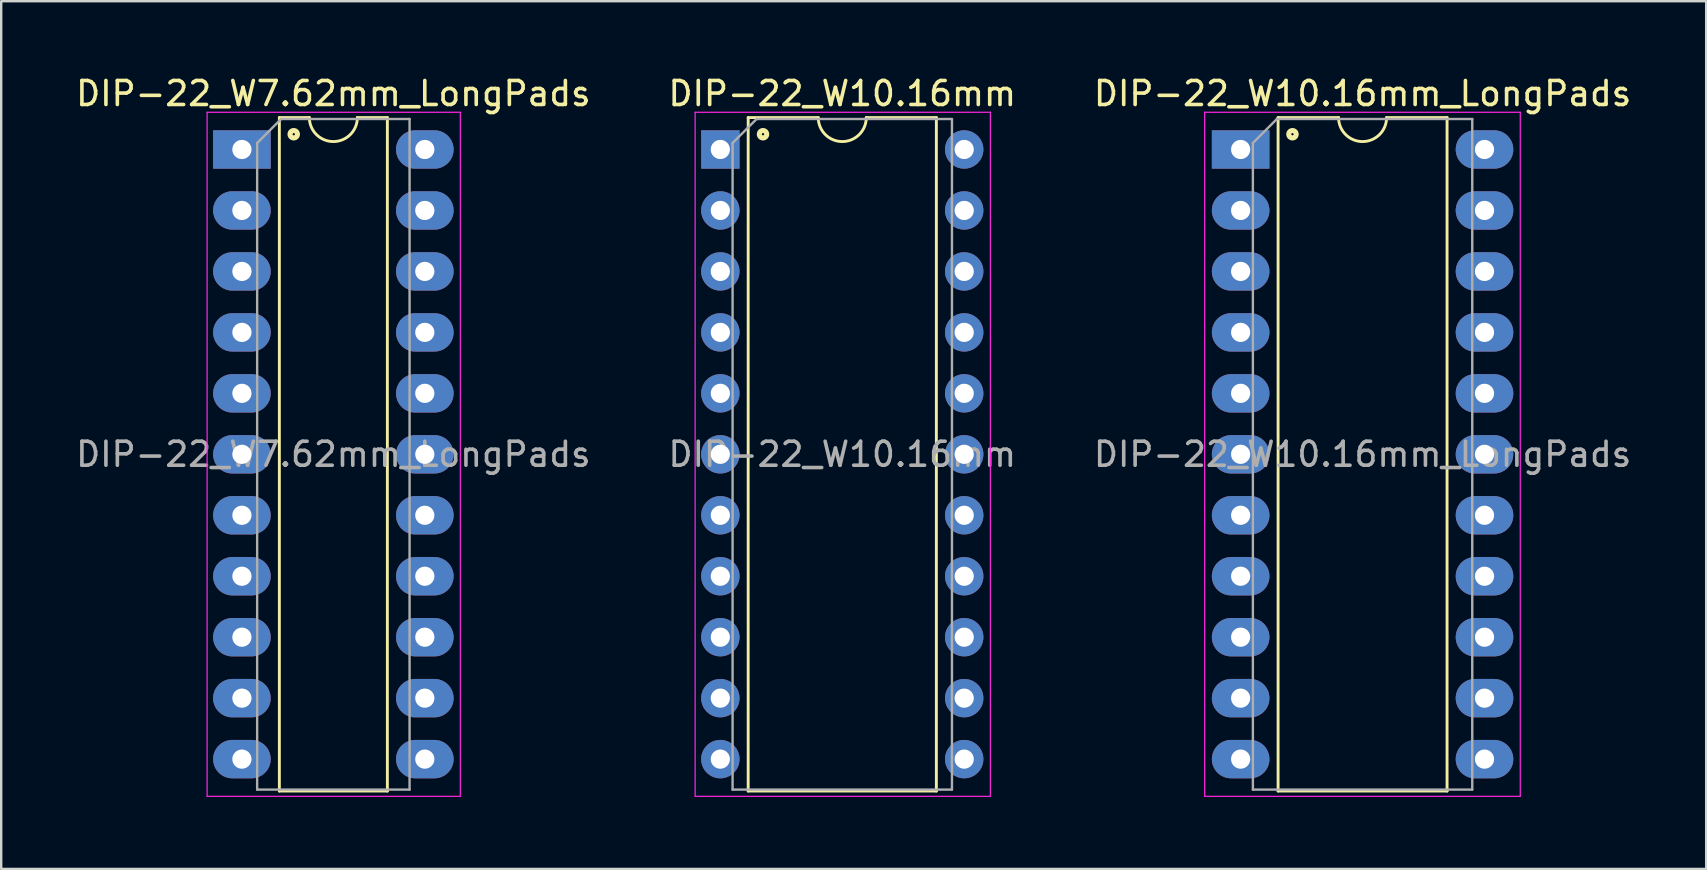
<source format=kicad_pcb>
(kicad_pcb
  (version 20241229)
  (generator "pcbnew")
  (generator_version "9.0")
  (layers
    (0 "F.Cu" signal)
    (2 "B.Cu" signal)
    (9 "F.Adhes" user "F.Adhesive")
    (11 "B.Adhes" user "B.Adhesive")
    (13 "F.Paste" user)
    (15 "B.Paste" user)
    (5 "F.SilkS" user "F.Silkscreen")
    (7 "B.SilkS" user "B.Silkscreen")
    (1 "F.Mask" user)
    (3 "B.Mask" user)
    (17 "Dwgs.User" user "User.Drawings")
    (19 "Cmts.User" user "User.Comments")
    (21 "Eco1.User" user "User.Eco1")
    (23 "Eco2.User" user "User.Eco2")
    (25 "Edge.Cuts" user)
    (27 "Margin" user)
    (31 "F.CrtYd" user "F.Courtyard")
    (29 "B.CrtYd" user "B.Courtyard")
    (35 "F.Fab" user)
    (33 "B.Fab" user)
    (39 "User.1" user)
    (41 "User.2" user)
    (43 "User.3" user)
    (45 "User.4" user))
  (footprint "DIP-22_W7.62mm_LongPads"
    (layer "F.Cu")
    (at 7.029 3.178)
    (property "Reference" "DIP-22_W7.62mm_LongPads" (at 3.81 -2.33 0) (layer "F.SilkS") (effects (font (size 1 1) (thickness 0.15))))
    (attr through_hole)
    (fp_line (start 1.56 -1.33) (end 1.56 26.73) (stroke (width 0.12) (type solid)) (layer "F.SilkS"))
    (fp_line (start 1.56 26.73) (end 6.06 26.73) (stroke (width 0.12) (type solid)) (layer "F.SilkS"))
    (fp_line (start 2.81 -1.33) (end 1.56 -1.33) (stroke (width 0.12) (type solid)) (layer "F.SilkS"))
    (fp_line (start 6.06 -1.33) (end 4.81 -1.33) (stroke (width 0.12) (type solid)) (layer "F.SilkS"))
    (fp_line (start 6.06 26.73) (end 6.06 -1.33) (stroke (width 0.12) (type solid)) (layer "F.SilkS"))
    (fp_arc (start 4.81 -1.33) (mid 3.81 -0.33) (end 2.81 -1.33) (stroke (width 0.12) (type solid)) (layer "F.SilkS"))
    (fp_circle (center 2.159 -0.635) (end 2.209 -0.635) (stroke (width 0.12) (type solid)) (fill no) (layer "F.SilkS"))
    (fp_circle (center 2.159 -0.635) (end 2.284 -0.635) (stroke (width 0.12) (type solid)) (fill no) (layer "F.SilkS"))
    (fp_circle (center 2.159 -0.635) (end 2.359 -0.635) (stroke (width 0.12) (type solid)) (fill no) (layer "F.SilkS"))
    (fp_line (start -1.45 -1.55) (end -1.45 26.95) (stroke (width 0.05) (type solid)) (layer "F.CrtYd"))
    (fp_line (start -1.45 26.95) (end 9.1 26.95) (stroke (width 0.05) (type solid)) (layer "F.CrtYd"))
    (fp_line (start 9.1 -1.55) (end -1.45 -1.55) (stroke (width 0.05) (type solid)) (layer "F.CrtYd"))
    (fp_line (start 9.1 26.95) (end 9.1 -1.55) (stroke (width 0.05) (type solid)) (layer "F.CrtYd"))
    (fp_line (start 0.635 -0.27) (end 1.635 -1.27) (stroke (width 0.1) (type solid)) (layer "F.Fab"))
    (fp_line (start 0.635 26.67) (end 0.635 -0.27) (stroke (width 0.1) (type solid)) (layer "F.Fab"))
    (fp_line (start 1.635 -1.27) (end 6.985 -1.27) (stroke (width 0.1) (type solid)) (layer "F.Fab"))
    (fp_line (start 6.985 -1.27) (end 6.985 26.67) (stroke (width 0.1) (type solid)) (layer "F.Fab"))
    (fp_line (start 6.985 26.67) (end 0.635 26.67) (stroke (width 0.1) (type solid)) (layer "F.Fab"))
    (fp_text user "${REFERENCE}" (at 3.81 12.7 0) (layer "F.Fab") (effects (font (size 1 1) (thickness 0.15))))
    (pad "1" thru_hole rect (at 0 0) (size 2.4 1.6) (drill 0.8) (layers "*.Cu" "*.Mask"))
    (pad "2" thru_hole oval (at 0 2.54) (size 2.4 1.6) (drill 0.8) (layers "*.Cu" "*.Mask"))
    (pad "3" thru_hole oval (at 0 5.08) (size 2.4 1.6) (drill 0.8) (layers "*.Cu" "*.Mask"))
    (pad "4" thru_hole oval (at 0 7.62) (size 2.4 1.6) (drill 0.8) (layers "*.Cu" "*.Mask"))
    (pad "5" thru_hole oval (at 0 10.16) (size 2.4 1.6) (drill 0.8) (layers "*.Cu" "*.Mask"))
    (pad "6" thru_hole oval (at 0 12.7) (size 2.4 1.6) (drill 0.8) (layers "*.Cu" "*.Mask"))
    (pad "7" thru_hole oval (at 0 15.24) (size 2.4 1.6) (drill 0.8) (layers "*.Cu" "*.Mask"))
    (pad "8" thru_hole oval (at 0 17.78) (size 2.4 1.6) (drill 0.8) (layers "*.Cu" "*.Mask"))
    (pad "9" thru_hole oval (at 0 20.32) (size 2.4 1.6) (drill 0.8) (layers "*.Cu" "*.Mask"))
    (pad "10" thru_hole oval (at 0 22.86) (size 2.4 1.6) (drill 0.8) (layers "*.Cu" "*.Mask"))
    (pad "11" thru_hole oval (at 0 25.4) (size 2.4 1.6) (drill 0.8) (layers "*.Cu" "*.Mask"))
    (pad "12" thru_hole oval (at 7.62 25.4) (size 2.4 1.6) (drill 0.8) (layers "*.Cu" "*.Mask"))
    (pad "13" thru_hole oval (at 7.62 22.86) (size 2.4 1.6) (drill 0.8) (layers "*.Cu" "*.Mask"))
    (pad "14" thru_hole oval (at 7.62 20.32) (size 2.4 1.6) (drill 0.8) (layers "*.Cu" "*.Mask"))
    (pad "15" thru_hole oval (at 7.62 17.78) (size 2.4 1.6) (drill 0.8) (layers "*.Cu" "*.Mask"))
    (pad "16" thru_hole oval (at 7.62 15.24) (size 2.4 1.6) (drill 0.8) (layers "*.Cu" "*.Mask"))
    (pad "17" thru_hole oval (at 7.62 12.7) (size 2.4 1.6) (drill 0.8) (layers "*.Cu" "*.Mask"))
    (pad "18" thru_hole oval (at 7.62 10.16) (size 2.4 1.6) (drill 0.8) (layers "*.Cu" "*.Mask"))
    (pad "19" thru_hole oval (at 7.62 7.62) (size 2.4 1.6) (drill 0.8) (layers "*.Cu" "*.Mask"))
    (pad "20" thru_hole oval (at 7.62 5.08) (size 2.4 1.6) (drill 0.8) (layers "*.Cu" "*.Mask"))
    (pad "21" thru_hole oval (at 7.62 2.54) (size 2.4 1.6) (drill 0.8) (layers "*.Cu" "*.Mask"))
    (pad "22" thru_hole oval (at 7.62 0) (size 2.4 1.6) (drill 0.8) (layers "*.Cu" "*.Mask")))
  (footprint "DIP-22_W10.16mm"
    (layer "F.Cu")
    (at 26.962 3.178)
    (property "Reference" "DIP-22_W10.16mm" (at 5.08 -2.33 0) (layer "F.SilkS") (effects (font (size 1 1) (thickness 0.15))))
    (attr through_hole)
    (fp_line (start 1.16 -1.33) (end 1.16 26.73) (stroke (width 0.12) (type solid)) (layer "F.SilkS"))
    (fp_line (start 1.16 26.73) (end 9 26.73) (stroke (width 0.12) (type solid)) (layer "F.SilkS"))
    (fp_line (start 4.08 -1.33) (end 1.16 -1.33) (stroke (width 0.12) (type solid)) (layer "F.SilkS"))
    (fp_line (start 9 -1.33) (end 6.08 -1.33) (stroke (width 0.12) (type solid)) (layer "F.SilkS"))
    (fp_line (start 9 26.73) (end 9 -1.33) (stroke (width 0.12) (type solid)) (layer "F.SilkS"))
    (fp_arc (start 6.08 -1.33) (mid 5.08 -0.33) (end 4.08 -1.33) (stroke (width 0.12) (type solid)) (layer "F.SilkS"))
    (fp_circle (center 1.778 -0.635) (end 1.828 -0.635) (stroke (width 0.12) (type solid)) (fill no) (layer "F.SilkS"))
    (fp_circle (center 1.778 -0.635) (end 1.903 -0.635) (stroke (width 0.12) (type solid)) (fill no) (layer "F.SilkS"))
    (fp_circle (center 1.778 -0.635) (end 1.978 -0.635) (stroke (width 0.12) (type solid)) (fill no) (layer "F.SilkS"))
    (fp_line (start -1.05 -1.55) (end -1.05 26.95) (stroke (width 0.05) (type solid)) (layer "F.CrtYd"))
    (fp_line (start -1.05 26.95) (end 11.25 26.95) (stroke (width 0.05) (type solid)) (layer "F.CrtYd"))
    (fp_line (start 11.25 -1.55) (end -1.05 -1.55) (stroke (width 0.05) (type solid)) (layer "F.CrtYd"))
    (fp_line (start 11.25 26.95) (end 11.25 -1.55) (stroke (width 0.05) (type solid)) (layer "F.CrtYd"))
    (fp_line (start 0.51 -0.27) (end 1.51 -1.27) (stroke (width 0.1) (type solid)) (layer "F.Fab"))
    (fp_line (start 0.51 26.67) (end 0.51 -0.27) (stroke (width 0.1) (type solid)) (layer "F.Fab"))
    (fp_line (start 1.51 -1.27) (end 9.65 -1.27) (stroke (width 0.1) (type solid)) (layer "F.Fab"))
    (fp_line (start 9.65 -1.27) (end 9.65 26.67) (stroke (width 0.1) (type solid)) (layer "F.Fab"))
    (fp_line (start 9.65 26.67) (end 0.51 26.67) (stroke (width 0.1) (type solid)) (layer "F.Fab"))
    (fp_text user "${REFERENCE}" (at 5.08 12.7 0) (layer "F.Fab") (effects (font (size 1 1) (thickness 0.15))))
    (pad "1" thru_hole rect (at 0 0) (size 1.6 1.6) (drill 0.8) (layers "*.Cu" "*.Mask"))
    (pad "2" thru_hole oval (at 0 2.54) (size 1.6 1.6) (drill 0.8) (layers "*.Cu" "*.Mask"))
    (pad "3" thru_hole oval (at 0 5.08) (size 1.6 1.6) (drill 0.8) (layers "*.Cu" "*.Mask"))
    (pad "4" thru_hole oval (at 0 7.62) (size 1.6 1.6) (drill 0.8) (layers "*.Cu" "*.Mask"))
    (pad "5" thru_hole oval (at 0 10.16) (size 1.6 1.6) (drill 0.8) (layers "*.Cu" "*.Mask"))
    (pad "6" thru_hole oval (at 0 12.7) (size 1.6 1.6) (drill 0.8) (layers "*.Cu" "*.Mask"))
    (pad "7" thru_hole oval (at 0 15.24) (size 1.6 1.6) (drill 0.8) (layers "*.Cu" "*.Mask"))
    (pad "8" thru_hole oval (at 0 17.78) (size 1.6 1.6) (drill 0.8) (layers "*.Cu" "*.Mask"))
    (pad "9" thru_hole oval (at 0 20.32) (size 1.6 1.6) (drill 0.8) (layers "*.Cu" "*.Mask"))
    (pad "10" thru_hole oval (at 0 22.86) (size 1.6 1.6) (drill 0.8) (layers "*.Cu" "*.Mask"))
    (pad "11" thru_hole oval (at 0 25.4) (size 1.6 1.6) (drill 0.8) (layers "*.Cu" "*.Mask"))
    (pad "12" thru_hole oval (at 10.16 25.4) (size 1.6 1.6) (drill 0.8) (layers "*.Cu" "*.Mask"))
    (pad "13" thru_hole oval (at 10.16 22.86) (size 1.6 1.6) (drill 0.8) (layers "*.Cu" "*.Mask"))
    (pad "14" thru_hole oval (at 10.16 20.32) (size 1.6 1.6) (drill 0.8) (layers "*.Cu" "*.Mask"))
    (pad "15" thru_hole oval (at 10.16 17.78) (size 1.6 1.6) (drill 0.8) (layers "*.Cu" "*.Mask"))
    (pad "16" thru_hole oval (at 10.16 15.24) (size 1.6 1.6) (drill 0.8) (layers "*.Cu" "*.Mask"))
    (pad "17" thru_hole oval (at 10.16 12.7) (size 1.6 1.6) (drill 0.8) (layers "*.Cu" "*.Mask"))
    (pad "18" thru_hole oval (at 10.16 10.16) (size 1.6 1.6) (drill 0.8) (layers "*.Cu" "*.Mask"))
    (pad "19" thru_hole oval (at 10.16 7.62) (size 1.6 1.6) (drill 0.8) (layers "*.Cu" "*.Mask"))
    (pad "20" thru_hole oval (at 10.16 5.08) (size 1.6 1.6) (drill 0.8) (layers "*.Cu" "*.Mask"))
    (pad "21" thru_hole oval (at 10.16 2.54) (size 1.6 1.6) (drill 0.8) (layers "*.Cu" "*.Mask"))
    (pad "22" thru_hole oval (at 10.16 0) (size 1.6 1.6) (drill 0.8) (layers "*.Cu" "*.Mask")))
  (footprint "DIP-22_W10.16mm_LongPads"
    (layer "F.Cu")
    (at 48.64 3.178)
    (property "Reference" "DIP-22_W10.16mm_LongPads" (at 5.08 -2.33 0) (layer "F.SilkS") (effects (font (size 1 1) (thickness 0.15))))
    (attr through_hole)
    (fp_line (start 1.56 -1.33) (end 1.56 26.73) (stroke (width 0.12) (type solid)) (layer "F.SilkS"))
    (fp_line (start 1.56 26.73) (end 8.6 26.73) (stroke (width 0.12) (type solid)) (layer "F.SilkS"))
    (fp_line (start 4.08 -1.33) (end 1.56 -1.33) (stroke (width 0.12) (type solid)) (layer "F.SilkS"))
    (fp_line (start 8.6 -1.33) (end 6.08 -1.33) (stroke (width 0.12) (type solid)) (layer "F.SilkS"))
    (fp_line (start 8.6 26.73) (end 8.6 -1.33) (stroke (width 0.12) (type solid)) (layer "F.SilkS"))
    (fp_arc (start 6.08 -1.33) (mid 5.08 -0.33) (end 4.08 -1.33) (stroke (width 0.12) (type solid)) (layer "F.SilkS"))
    (fp_circle (center 2.159 -0.635) (end 2.209 -0.635) (stroke (width 0.12) (type solid)) (fill no) (layer "F.SilkS"))
    (fp_circle (center 2.159 -0.635) (end 2.284 -0.635) (stroke (width 0.12) (type solid)) (fill no) (layer "F.SilkS"))
    (fp_circle (center 2.159 -0.635) (end 2.359 -0.635) (stroke (width 0.12) (type solid)) (fill no) (layer "F.SilkS"))
    (fp_line (start -1.5 -1.55) (end -1.5 26.95) (stroke (width 0.05) (type solid)) (layer "F.CrtYd"))
    (fp_line (start -1.5 26.95) (end 11.65 26.95) (stroke (width 0.05) (type solid)) (layer "F.CrtYd"))
    (fp_line (start 11.65 -1.55) (end -1.5 -1.55) (stroke (width 0.05) (type solid)) (layer "F.CrtYd"))
    (fp_line (start 11.65 26.95) (end 11.65 -1.55) (stroke (width 0.05) (type solid)) (layer "F.CrtYd"))
    (fp_line (start 0.51 -0.27) (end 1.51 -1.27) (stroke (width 0.1) (type solid)) (layer "F.Fab"))
    (fp_line (start 0.51 26.67) (end 0.51 -0.27) (stroke (width 0.1) (type solid)) (layer "F.Fab"))
    (fp_line (start 1.51 -1.27) (end 9.65 -1.27) (stroke (width 0.1) (type solid)) (layer "F.Fab"))
    (fp_line (start 9.65 -1.27) (end 9.65 26.67) (stroke (width 0.1) (type solid)) (layer "F.Fab"))
    (fp_line (start 9.65 26.67) (end 0.51 26.67) (stroke (width 0.1) (type solid)) (layer "F.Fab"))
    (fp_text user "${REFERENCE}" (at 5.08 12.7 0) (layer "F.Fab") (effects (font (size 1 1) (thickness 0.15))))
    (pad "1" thru_hole rect (at 0 0) (size 2.4 1.6) (drill 0.8) (layers "*.Cu" "*.Mask"))
    (pad "2" thru_hole oval (at 0 2.54) (size 2.4 1.6) (drill 0.8) (layers "*.Cu" "*.Mask"))
    (pad "3" thru_hole oval (at 0 5.08) (size 2.4 1.6) (drill 0.8) (layers "*.Cu" "*.Mask"))
    (pad "4" thru_hole oval (at 0 7.62) (size 2.4 1.6) (drill 0.8) (layers "*.Cu" "*.Mask"))
    (pad "5" thru_hole oval (at 0 10.16) (size 2.4 1.6) (drill 0.8) (layers "*.Cu" "*.Mask"))
    (pad "6" thru_hole oval (at 0 12.7) (size 2.4 1.6) (drill 0.8) (layers "*.Cu" "*.Mask"))
    (pad "7" thru_hole oval (at 0 15.24) (size 2.4 1.6) (drill 0.8) (layers "*.Cu" "*.Mask"))
    (pad "8" thru_hole oval (at 0 17.78) (size 2.4 1.6) (drill 0.8) (layers "*.Cu" "*.Mask"))
    (pad "9" thru_hole oval (at 0 20.32) (size 2.4 1.6) (drill 0.8) (layers "*.Cu" "*.Mask"))
    (pad "10" thru_hole oval (at 0 22.86) (size 2.4 1.6) (drill 0.8) (layers "*.Cu" "*.Mask"))
    (pad "11" thru_hole oval (at 0 25.4) (size 2.4 1.6) (drill 0.8) (layers "*.Cu" "*.Mask"))
    (pad "12" thru_hole oval (at 10.16 25.4) (size 2.4 1.6) (drill 0.8) (layers "*.Cu" "*.Mask"))
    (pad "13" thru_hole oval (at 10.16 22.86) (size 2.4 1.6) (drill 0.8) (layers "*.Cu" "*.Mask"))
    (pad "14" thru_hole oval (at 10.16 20.32) (size 2.4 1.6) (drill 0.8) (layers "*.Cu" "*.Mask"))
    (pad "15" thru_hole oval (at 10.16 17.78) (size 2.4 1.6) (drill 0.8) (layers "*.Cu" "*.Mask"))
    (pad "16" thru_hole oval (at 10.16 15.24) (size 2.4 1.6) (drill 0.8) (layers "*.Cu" "*.Mask"))
    (pad "17" thru_hole oval (at 10.16 12.7) (size 2.4 1.6) (drill 0.8) (layers "*.Cu" "*.Mask"))
    (pad "18" thru_hole oval (at 10.16 10.16) (size 2.4 1.6) (drill 0.8) (layers "*.Cu" "*.Mask"))
    (pad "19" thru_hole oval (at 10.16 7.62) (size 2.4 1.6) (drill 0.8) (layers "*.Cu" "*.Mask"))
    (pad "20" thru_hole oval (at 10.16 5.08) (size 2.4 1.6) (drill 0.8) (layers "*.Cu" "*.Mask"))
    (pad "21" thru_hole oval (at 10.16 2.54) (size 2.4 1.6) (drill 0.8) (layers "*.Cu" "*.Mask"))
    (pad "22" thru_hole oval (at 10.16 0) (size 2.4 1.6) (drill 0.8) (layers "*.Cu" "*.Mask")))
  (gr_rect
    (start -3 -3)
    (end 68.036 33.153)
    (stroke (width 0.1) (type default))
    (fill no)
    (layer "Edge.Cuts")))
</source>
